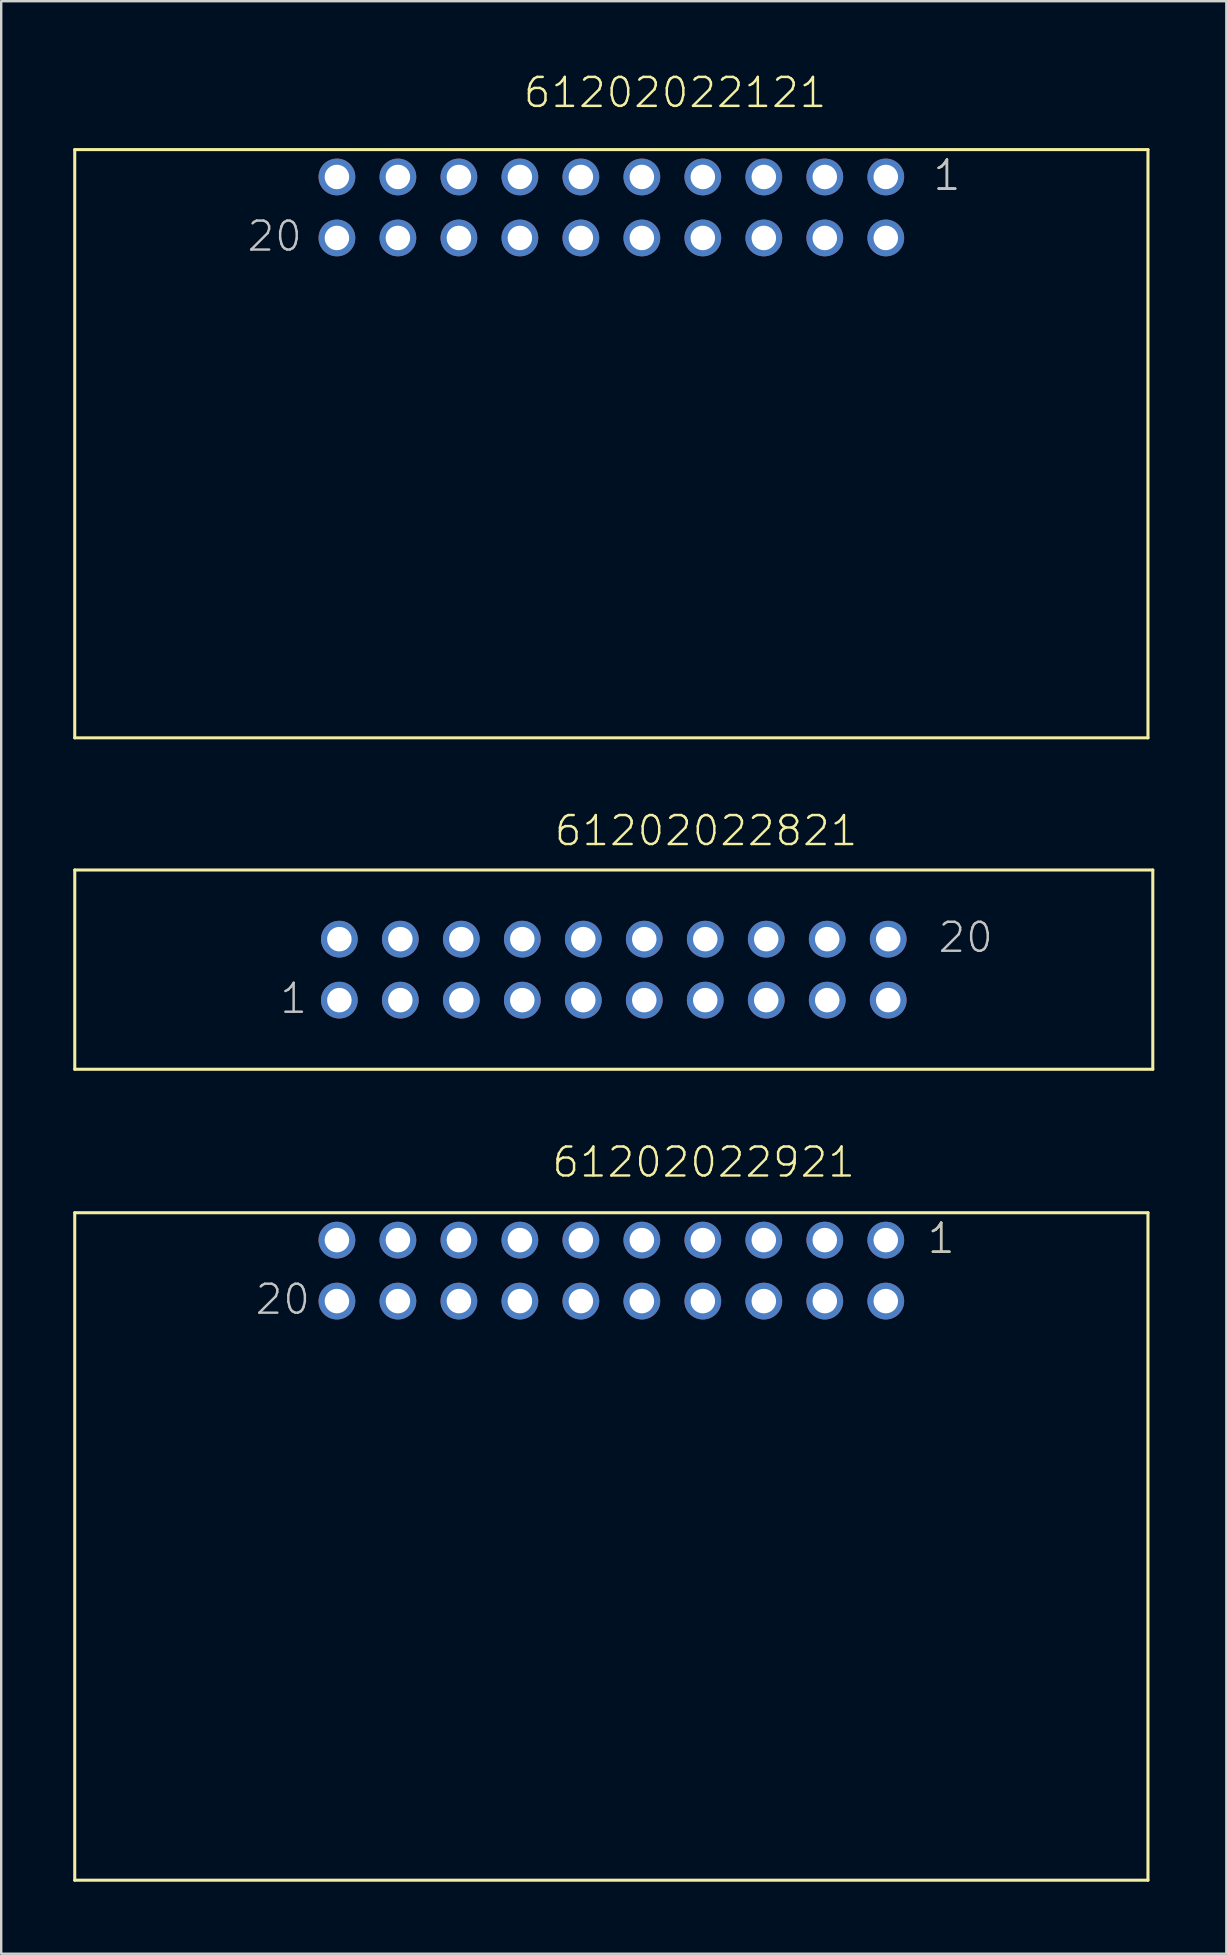
<source format=kicad_pcb>
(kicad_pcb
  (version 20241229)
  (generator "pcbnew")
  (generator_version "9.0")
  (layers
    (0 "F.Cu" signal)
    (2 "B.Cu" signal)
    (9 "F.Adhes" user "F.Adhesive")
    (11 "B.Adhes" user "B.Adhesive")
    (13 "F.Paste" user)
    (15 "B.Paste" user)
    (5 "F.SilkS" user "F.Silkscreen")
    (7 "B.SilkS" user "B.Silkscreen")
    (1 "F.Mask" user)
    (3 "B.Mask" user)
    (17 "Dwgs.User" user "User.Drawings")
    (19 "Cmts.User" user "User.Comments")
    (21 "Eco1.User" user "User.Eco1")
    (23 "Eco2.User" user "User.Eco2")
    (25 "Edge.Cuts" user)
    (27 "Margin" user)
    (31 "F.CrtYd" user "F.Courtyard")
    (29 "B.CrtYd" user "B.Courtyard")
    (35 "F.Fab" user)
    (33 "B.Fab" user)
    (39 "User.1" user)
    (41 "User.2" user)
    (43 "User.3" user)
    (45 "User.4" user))
  (footprint "61202022821"
    (layer "F.Cu")
    (at 22.514 37.336)
    (property "Reference" "61202022821" (at -2.54 -5.08 0) (layer "F.SilkS") (effects (font (size 1.206 1.206) (thickness 0.102)) (justify left bottom)))
    (attr through_hole)
    (fp_line (start -22.45 -4.15) (end 22.45 -4.15) (stroke (width 0.127) (type solid)) (layer "F.SilkS"))
    (fp_line (start -22.45 4.15) (end -22.45 -4.15) (stroke (width 0.127) (type solid)) (layer "F.SilkS"))
    (fp_line (start 22.45 -4.15) (end 22.45 4.15) (stroke (width 0.127) (type solid)) (layer "F.SilkS"))
    (fp_line (start 22.45 4.15) (end -22.45 4.15) (stroke (width 0.127) (type solid)) (layer "F.SilkS"))
    (fp_text user "1" (at -13.975 1.905 0) (layer "Dwgs.User") (effects (font (size 1.206 1.206) (thickness 0.102)) (justify left bottom)))
    (fp_text user "20" (at 13.44 -0.635 0) (layer "Dwgs.User") (effects (font (size 1.206 1.206) (thickness 0.102)) (justify left bottom)))
    (pad "1" thru_hole circle (at -11.43 1.27 180) (size 1.53 1.53) (drill 1.02) (layers "*.Cu" "*.Mask"))
    (pad "2" thru_hole circle (at -11.43 -1.27 180) (size 1.53 1.53) (drill 1.02) (layers "*.Cu" "*.Mask"))
    (pad "3" thru_hole circle (at -8.89 1.27 180) (size 1.53 1.53) (drill 1.02) (layers "*.Cu" "*.Mask"))
    (pad "4" thru_hole circle (at -8.89 -1.27 180) (size 1.53 1.53) (drill 1.02) (layers "*.Cu" "*.Mask"))
    (pad "5" thru_hole circle (at -6.35 1.27 180) (size 1.53 1.53) (drill 1.02) (layers "*.Cu" "*.Mask"))
    (pad "6" thru_hole circle (at -6.35 -1.27 180) (size 1.53 1.53) (drill 1.02) (layers "*.Cu" "*.Mask"))
    (pad "7" thru_hole circle (at -3.81 1.27 180) (size 1.53 1.53) (drill 1.02) (layers "*.Cu" "*.Mask"))
    (pad "8" thru_hole circle (at -3.81 -1.27 180) (size 1.53 1.53) (drill 1.02) (layers "*.Cu" "*.Mask"))
    (pad "9" thru_hole circle (at -1.27 1.27 180) (size 1.53 1.53) (drill 1.02) (layers "*.Cu" "*.Mask"))
    (pad "10" thru_hole circle (at -1.27 -1.27 180) (size 1.53 1.53) (drill 1.02) (layers "*.Cu" "*.Mask"))
    (pad "11" thru_hole circle (at 1.27 1.27 180) (size 1.53 1.53) (drill 1.02) (layers "*.Cu" "*.Mask"))
    (pad "12" thru_hole circle (at 1.27 -1.27 180) (size 1.53 1.53) (drill 1.02) (layers "*.Cu" "*.Mask"))
    (pad "13" thru_hole circle (at 3.81 1.27 180) (size 1.53 1.53) (drill 1.02) (layers "*.Cu" "*.Mask"))
    (pad "14" thru_hole circle (at 3.81 -1.27 180) (size 1.53 1.53) (drill 1.02) (layers "*.Cu" "*.Mask"))
    (pad "15" thru_hole circle (at 6.35 1.27 180) (size 1.53 1.53) (drill 1.02) (layers "*.Cu" "*.Mask"))
    (pad "16" thru_hole circle (at 6.35 -1.27 180) (size 1.53 1.53) (drill 1.02) (layers "*.Cu" "*.Mask"))
    (pad "17" thru_hole circle (at 8.89 1.27 180) (size 1.53 1.53) (drill 1.02) (layers "*.Cu" "*.Mask"))
    (pad "18" thru_hole circle (at 8.89 -1.27 180) (size 1.53 1.53) (drill 1.02) (layers "*.Cu" "*.Mask"))
    (pad "19" thru_hole circle (at 11.43 1.27 180) (size 1.53 1.53) (drill 1.02) (layers "*.Cu" "*.Mask"))
    (pad "20" thru_hole circle (at 11.43 -1.27 180) (size 1.53 1.53) (drill 1.02) (layers "*.Cu" "*.Mask")))
  (footprint "61202022121"
    (layer "F.Cu")
    (at 22.413 5.591)
    (property "Reference" "61202022121" (at -3.73 -4.08 0) (layer "F.SilkS") (effects (font (size 1.206 1.206) (thickness 0.102)) (justify left bottom)))
    (attr through_hole)
    (fp_line (start -22.35 -2.41) (end -22.35 22.09) (stroke (width 0.127) (type solid)) (layer "F.SilkS"))
    (fp_line (start -22.35 -2.41) (end 22.35 -2.41) (stroke (width 0.127) (type solid)) (layer "F.SilkS"))
    (fp_line (start -22.35 22.09) (end 22.35 22.09) (stroke (width 0.127) (type solid)) (layer "F.SilkS"))
    (fp_line (start 22.35 -2.41) (end 22.35 22.09) (stroke (width 0.127) (type solid)) (layer "F.SilkS"))
    (fp_text user "1" (at 13.335 -0.635 0) (layer "F.SilkS") (effects (font (size 1.206 1.206) (thickness 0.102)) (justify left bottom)))
    (fp_text user "20" (at -15.24 1.905 0) (layer "Dwgs.User") (effects (font (size 1.206 1.206) (thickness 0.102)) (justify left bottom)))
    (fp_text user "1" (at 13.335 -0.635 0) (layer "Dwgs.User") (effects (font (size 1.206 1.206) (thickness 0.102)) (justify left bottom)))
    (pad "1" thru_hole circle (at 11.43 -1.27) (size 1.53 1.53) (drill 1.02) (layers "*.Cu" "*.Mask"))
    (pad "2" thru_hole circle (at 11.43 1.27) (size 1.53 1.53) (drill 1.02) (layers "*.Cu" "*.Mask"))
    (pad "3" thru_hole circle (at 8.89 -1.27) (size 1.53 1.53) (drill 1.02) (layers "*.Cu" "*.Mask"))
    (pad "4" thru_hole circle (at 8.89 1.27) (size 1.53 1.53) (drill 1.02) (layers "*.Cu" "*.Mask"))
    (pad "5" thru_hole circle (at 6.35 -1.27) (size 1.53 1.53) (drill 1.02) (layers "*.Cu" "*.Mask"))
    (pad "6" thru_hole circle (at 6.35 1.27) (size 1.53 1.53) (drill 1.02) (layers "*.Cu" "*.Mask"))
    (pad "7" thru_hole circle (at 3.81 -1.27) (size 1.53 1.53) (drill 1.02) (layers "*.Cu" "*.Mask"))
    (pad "8" thru_hole circle (at 3.81 1.27) (size 1.53 1.53) (drill 1.02) (layers "*.Cu" "*.Mask"))
    (pad "9" thru_hole circle (at 1.27 -1.27) (size 1.53 1.53) (drill 1.02) (layers "*.Cu" "*.Mask"))
    (pad "10" thru_hole circle (at 1.27 1.27) (size 1.53 1.53) (drill 1.02) (layers "*.Cu" "*.Mask"))
    (pad "11" thru_hole circle (at -1.27 -1.27) (size 1.53 1.53) (drill 1.02) (layers "*.Cu" "*.Mask"))
    (pad "12" thru_hole circle (at -1.27 1.27) (size 1.53 1.53) (drill 1.02) (layers "*.Cu" "*.Mask"))
    (pad "13" thru_hole circle (at -3.81 -1.27) (size 1.53 1.53) (drill 1.02) (layers "*.Cu" "*.Mask"))
    (pad "14" thru_hole circle (at -3.81 1.27) (size 1.53 1.53) (drill 1.02) (layers "*.Cu" "*.Mask"))
    (pad "15" thru_hole circle (at -6.35 -1.27) (size 1.53 1.53) (drill 1.02) (layers "*.Cu" "*.Mask"))
    (pad "16" thru_hole circle (at -6.35 1.27) (size 1.53 1.53) (drill 1.02) (layers "*.Cu" "*.Mask"))
    (pad "17" thru_hole circle (at -8.89 -1.27) (size 1.53 1.53) (drill 1.02) (layers "*.Cu" "*.Mask"))
    (pad "18" thru_hole circle (at -8.89 1.27) (size 1.53 1.53) (drill 1.02) (layers "*.Cu" "*.Mask"))
    (pad "19" thru_hole circle (at -11.43 -1.27) (size 1.53 1.53) (drill 1.02) (layers "*.Cu" "*.Mask"))
    (pad "20" thru_hole circle (at -11.43 1.27) (size 1.53 1.53) (drill 1.02) (layers "*.Cu" "*.Mask")))
  (footprint "61202022921"
    (layer "F.Cu")
    (at 22.413 49.871)
    (property "Reference" "61202022921" (at -2.54 -3.81 0) (layer "F.SilkS") (effects (font (size 1.206 1.206) (thickness 0.102)) (justify left bottom)))
    (attr through_hole)
    (fp_line (start -22.35 -2.41) (end -22.35 25.39) (stroke (width 0.127) (type solid)) (layer "F.SilkS"))
    (fp_line (start -22.35 -2.41) (end 22.35 -2.41) (stroke (width 0.127) (type solid)) (layer "F.SilkS"))
    (fp_line (start -22.35 25.39) (end 22.35 25.39) (stroke (width 0.127) (type solid)) (layer "F.SilkS"))
    (fp_line (start 22.35 -2.41) (end 22.35 25.39) (stroke (width 0.127) (type solid)) (layer "F.SilkS"))
    (fp_text user "1" (at 13.095 -0.635 0) (layer "F.SilkS") (effects (font (size 1.206 1.206) (thickness 0.102)) (justify left bottom)))
    (fp_text user "20" (at -14.9 1.905 0) (layer "Dwgs.User") (effects (font (size 1.206 1.206) (thickness 0.102)) (justify left bottom)))
    (fp_text user "1" (at 13.095 -0.635 0) (layer "Dwgs.User") (effects (font (size 1.206 1.206) (thickness 0.102)) (justify left bottom)))
    (pad "1" thru_hole circle (at 11.43 -1.27) (size 1.53 1.53) (drill 1.02) (layers "*.Cu" "*.Mask"))
    (pad "2" thru_hole circle (at 11.43 1.27) (size 1.53 1.53) (drill 1.02) (layers "*.Cu" "*.Mask"))
    (pad "3" thru_hole circle (at 8.89 -1.27) (size 1.53 1.53) (drill 1.02) (layers "*.Cu" "*.Mask"))
    (pad "4" thru_hole circle (at 8.89 1.27) (size 1.53 1.53) (drill 1.02) (layers "*.Cu" "*.Mask"))
    (pad "5" thru_hole circle (at 6.35 -1.27) (size 1.53 1.53) (drill 1.02) (layers "*.Cu" "*.Mask"))
    (pad "6" thru_hole circle (at 6.35 1.27) (size 1.53 1.53) (drill 1.02) (layers "*.Cu" "*.Mask"))
    (pad "7" thru_hole circle (at 3.81 -1.27) (size 1.53 1.53) (drill 1.02) (layers "*.Cu" "*.Mask"))
    (pad "8" thru_hole circle (at 3.81 1.27) (size 1.53 1.53) (drill 1.02) (layers "*.Cu" "*.Mask"))
    (pad "9" thru_hole circle (at 1.27 -1.27) (size 1.53 1.53) (drill 1.02) (layers "*.Cu" "*.Mask"))
    (pad "10" thru_hole circle (at 1.27 1.27) (size 1.53 1.53) (drill 1.02) (layers "*.Cu" "*.Mask"))
    (pad "11" thru_hole circle (at -1.27 -1.27) (size 1.53 1.53) (drill 1.02) (layers "*.Cu" "*.Mask"))
    (pad "12" thru_hole circle (at -1.27 1.27) (size 1.53 1.53) (drill 1.02) (layers "*.Cu" "*.Mask"))
    (pad "13" thru_hole circle (at -3.81 -1.27) (size 1.53 1.53) (drill 1.02) (layers "*.Cu" "*.Mask"))
    (pad "14" thru_hole circle (at -3.81 1.27) (size 1.53 1.53) (drill 1.02) (layers "*.Cu" "*.Mask"))
    (pad "15" thru_hole circle (at -6.35 -1.27) (size 1.53 1.53) (drill 1.02) (layers "*.Cu" "*.Mask"))
    (pad "16" thru_hole circle (at -6.35 1.27) (size 1.53 1.53) (drill 1.02) (layers "*.Cu" "*.Mask"))
    (pad "17" thru_hole circle (at -8.89 -1.27) (size 1.53 1.53) (drill 1.02) (layers "*.Cu" "*.Mask"))
    (pad "18" thru_hole circle (at -8.89 1.27) (size 1.53 1.53) (drill 1.02) (layers "*.Cu" "*.Mask"))
    (pad "19" thru_hole circle (at -11.43 -1.27) (size 1.53 1.53) (drill 1.02) (layers "*.Cu" "*.Mask"))
    (pad "20" thru_hole circle (at -11.43 1.27) (size 1.53 1.53) (drill 1.02) (layers "*.Cu" "*.Mask")))
  (gr_rect
    (start -3 -3)
    (end 48.027 78.324)
    (stroke (width 0.1) (type default))
    (fill no)
    (layer "Edge.Cuts")))
</source>
